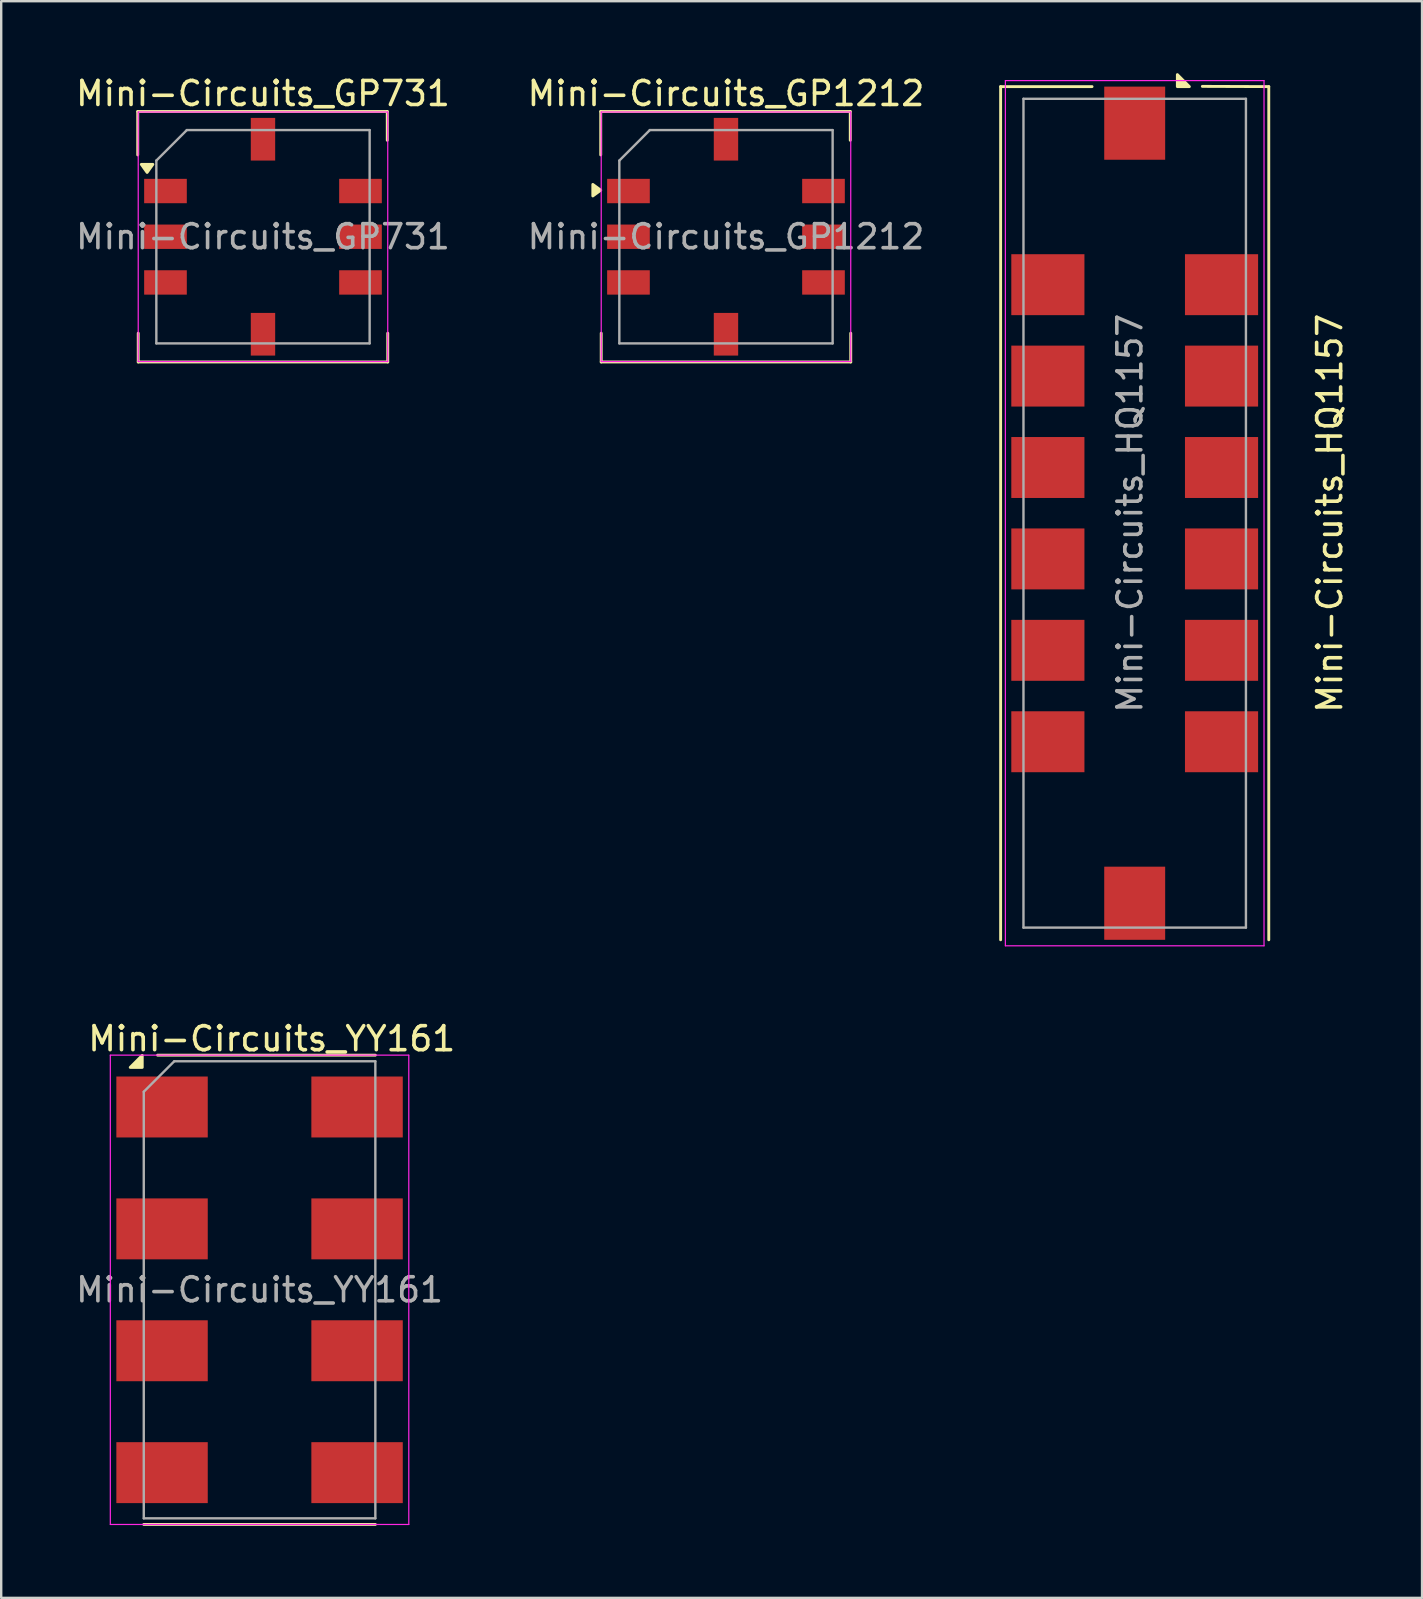
<source format=kicad_pcb>
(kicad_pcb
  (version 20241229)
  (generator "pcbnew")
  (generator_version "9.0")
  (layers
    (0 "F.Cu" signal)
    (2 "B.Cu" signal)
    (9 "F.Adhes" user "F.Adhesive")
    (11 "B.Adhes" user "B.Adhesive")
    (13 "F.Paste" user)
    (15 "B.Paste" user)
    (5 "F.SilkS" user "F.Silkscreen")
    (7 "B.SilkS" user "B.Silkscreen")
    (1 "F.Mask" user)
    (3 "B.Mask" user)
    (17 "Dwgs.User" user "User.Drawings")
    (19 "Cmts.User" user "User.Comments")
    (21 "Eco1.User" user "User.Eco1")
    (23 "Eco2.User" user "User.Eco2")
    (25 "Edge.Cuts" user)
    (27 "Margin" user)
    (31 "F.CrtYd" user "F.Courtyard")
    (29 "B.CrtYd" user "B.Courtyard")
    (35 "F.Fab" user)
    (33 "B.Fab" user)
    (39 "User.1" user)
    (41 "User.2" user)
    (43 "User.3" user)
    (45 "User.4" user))
  (footprint "Mini-Circuits_GP1212"
    (layer "F.Cu")
    (at 27.208 6.817)
    (property "Reference" "Mini-Circuits_GP1212" (at 0 -5.969 0) (layer "F.SilkS") (effects (font (size 1 1) (thickness 0.15))))
    (attr smd)
    (fp_line (start -5.22 -5.22) (end -5.22 -3.41) (stroke (width 0.12) (type solid)) (layer "F.SilkS"))
    (fp_line (start -5.22 -5.22) (end 5.18 -5.22) (stroke (width 0.12) (type solid)) (layer "F.SilkS"))
    (fp_line (start -5.2 4.02) (end -5.2 5.22) (stroke (width 0.12) (type solid)) (layer "F.SilkS"))
    (fp_line (start 5.18 -4.02) (end 5.18 -5.22) (stroke (width 0.12) (type solid)) (layer "F.SilkS"))
    (fp_line (start 5.2 5.22) (end -5.2 5.22) (stroke (width 0.12) (type solid)) (layer "F.SilkS"))
    (fp_line (start 5.2 5.22) (end 5.2 4.02) (stroke (width 0.12) (type solid)) (layer "F.SilkS"))
    (fp_poly (pts (xy -5.22 -1.94) (xy -5.55 -1.7) (xy -5.55 -2.18) (xy -5.22 -1.94)) (stroke (width 0.12) (type solid)) (fill yes) (layer "F.SilkS"))
    (fp_line (start -5.2 -5.2) (end -5.2 5.2) (stroke (width 0.05) (type solid)) (layer "F.CrtYd"))
    (fp_line (start -5.2 -5.2) (end 5.2 -5.2) (stroke (width 0.05) (type solid)) (layer "F.CrtYd"))
    (fp_line (start 5.2 5.2) (end -5.2 5.2) (stroke (width 0.05) (type solid)) (layer "F.CrtYd"))
    (fp_line (start 5.2 5.2) (end 5.2 -5.2) (stroke (width 0.05) (type solid)) (layer "F.CrtYd"))
    (fp_line (start -4.445 -3.175) (end -3.175 -4.445) (stroke (width 0.1) (type solid)) (layer "F.Fab"))
    (fp_line (start -4.445 4.445) (end -4.445 -3.175) (stroke (width 0.1) (type solid)) (layer "F.Fab"))
    (fp_line (start -3.175 -4.445) (end 4.445 -4.445) (stroke (width 0.1) (type solid)) (layer "F.Fab"))
    (fp_line (start 4.445 -4.445) (end 4.445 4.445) (stroke (width 0.1) (type solid)) (layer "F.Fab"))
    (fp_line (start 4.445 4.445) (end -4.445 4.445) (stroke (width 0.1) (type solid)) (layer "F.Fab"))
    (fp_text user "${REFERENCE}" (at 0 0 0) (layer "F.Fab") (effects (font (size 1 1) (thickness 0.15))))
    (pad "1" smd rect (at -4.064 -1.905 180) (size 1.778 1.016) (layers "F.Cu" "F.Mask" "F.Paste"))
    (pad "2" smd rect (at -4.064 0 180) (size 1.778 1.016) (layers "F.Cu" "F.Mask" "F.Paste"))
    (pad "3" smd rect (at -4.064 1.905 180) (size 1.778 1.016) (layers "F.Cu" "F.Mask" "F.Paste"))
    (pad "4" smd rect (at 0 4.064 270) (size 1.778 1.016) (layers "F.Cu" "F.Mask" "F.Paste"))
    (pad "5" smd rect (at 4.064 1.905) (size 1.778 1.016) (layers "F.Cu" "F.Mask" "F.Paste"))
    (pad "6" smd rect (at 4.064 0) (size 1.778 1.016) (layers "F.Cu" "F.Mask" "F.Paste"))
    (pad "7" smd rect (at 4.064 -1.905) (size 1.778 1.016) (layers "F.Cu" "F.Mask" "F.Paste"))
    (pad "8" smd rect (at 0 -4.064 270) (size 1.778 1.016) (layers "F.Cu" "F.Mask" "F.Paste")))
  (footprint "Mini-Circuits_YY161"
    (layer "F.Cu")
    (at 7.768 50.708)
    (property "Reference" "Mini-Circuits_YY161" (at 0.508 -10.465 0) (layer "F.SilkS") (effects (font (size 1 1) (thickness 0.15))))
    (attr smd)
    (fp_line (start -4.826 9.779) (end 4.826 9.779) (stroke (width 0.12) (type solid)) (layer "F.SilkS"))
    (fp_line (start 4.826 -9.779) (end -4.25 -9.78) (stroke (width 0.12) (type solid)) (layer "F.SilkS"))
    (fp_poly (pts (xy -4.89 -9.27) (xy -5.39 -9.27) (xy -4.89 -9.77) (xy -4.89 -9.27)) (stroke (width 0.12) (type solid)) (fill yes) (layer "F.SilkS"))
    (fp_line (start -6.22 -9.78) (end -6.22 9.78) (stroke (width 0.05) (type solid)) (layer "F.CrtYd"))
    (fp_line (start -6.22 -9.78) (end 6.22 -9.78) (stroke (width 0.05) (type solid)) (layer "F.CrtYd"))
    (fp_line (start 6.22 9.78) (end -6.22 9.78) (stroke (width 0.05) (type solid)) (layer "F.CrtYd"))
    (fp_line (start 6.22 9.78) (end 6.22 -9.78) (stroke (width 0.05) (type solid)) (layer "F.CrtYd"))
    (fp_line (start -4.826 -8.255) (end -4.826 9.525) (stroke (width 0.1) (type solid)) (layer "F.Fab"))
    (fp_line (start -3.556 -9.525) (end -4.826 -8.255) (stroke (width 0.1) (type solid)) (layer "F.Fab"))
    (fp_line (start 4.826 -9.525) (end -3.556 -9.525) (stroke (width 0.1) (type solid)) (layer "F.Fab"))
    (fp_line (start 4.826 9.525) (end -4.826 9.525) (stroke (width 0.1) (type solid)) (layer "F.Fab"))
    (fp_line (start 4.826 9.525) (end 4.826 -9.525) (stroke (width 0.1) (type solid)) (layer "F.Fab"))
    (fp_text user "${REFERENCE}" (at 0 0 0) (layer "F.Fab") (effects (font (size 1 1) (thickness 0.15))))
    (pad "1" smd rect (at -4.064 -7.62 270) (size 2.54 3.81) (layers "F.Cu" "F.Mask" "F.Paste"))
    (pad "2" smd rect (at 4.064 -7.62 270) (size 2.54 3.81) (layers "F.Cu" "F.Mask" "F.Paste"))
    (pad "3" smd rect (at -4.064 -2.54 270) (size 2.54 3.81) (layers "F.Cu" "F.Mask" "F.Paste"))
    (pad "4" smd rect (at 4.064 -2.54 270) (size 2.54 3.81) (layers "F.Cu" "F.Mask" "F.Paste"))
    (pad "5" smd rect (at -4.064 2.54 270) (size 2.54 3.81) (layers "F.Cu" "F.Mask" "F.Paste"))
    (pad "6" smd rect (at 4.064 2.54 270) (size 2.54 3.81) (layers "F.Cu" "F.Mask" "F.Paste"))
    (pad "7" smd rect (at -4.064 7.62 270) (size 2.54 3.81) (layers "F.Cu" "F.Mask" "F.Paste"))
    (pad "8" smd rect (at 4.064 7.62 270) (size 2.54 3.81) (layers "F.Cu" "F.Mask" "F.Paste")))
  (footprint "Mini-Circuits_HQ1157"
    (layer "F.Cu")
    (at 44.243 18.34)
    (property "Reference" "Mini-Circuits_HQ1157" (at 8.128 0 270) (layer "F.SilkS") (effects (font (size 1 1) (thickness 0.15))))
    (attr smd)
    (fp_line (start -5.588 -17.78) (end -5.588 17.78) (stroke (width 0.12) (type solid)) (layer "F.SilkS"))
    (fp_line (start -5.588 -17.78) (end -1.778 -17.78) (stroke (width 0.12) (type solid)) (layer "F.SilkS"))
    (fp_line (start 2.82 -17.79) (end 5.588 -17.78) (stroke (width 0.12) (type solid)) (layer "F.SilkS"))
    (fp_line (start 5.588 -17.78) (end 5.588 17.78) (stroke (width 0.12) (type solid)) (layer "F.SilkS"))
    (fp_poly (pts (xy 1.778 -17.78) (xy 1.778 -18.28) (xy 2.278 -17.78) (xy 1.778 -17.78)) (stroke (width 0.12) (type solid)) (fill yes) (layer "F.SilkS"))
    (fp_line (start -5.39 18.03) (end -5.39 -18.03) (stroke (width 0.05) (type solid)) (layer "F.CrtYd"))
    (fp_line (start -5.39 18.03) (end 5.39 18.03) (stroke (width 0.05) (type solid)) (layer "F.CrtYd"))
    (fp_line (start 5.39 -18.03) (end -5.39 -18.03) (stroke (width 0.05) (type solid)) (layer "F.CrtYd"))
    (fp_line (start 5.39 -18.03) (end 5.39 18.03) (stroke (width 0.05) (type solid)) (layer "F.CrtYd"))
    (fp_line (start -4.636 -17.272) (end 4.636 -17.272) (stroke (width 0.1) (type solid)) (layer "F.Fab"))
    (fp_line (start -4.636 17.272) (end -4.636 -17.272) (stroke (width 0.1) (type solid)) (layer "F.Fab"))
    (fp_line (start 4.636 -17.272) (end 4.636 17.272) (stroke (width 0.1) (type solid)) (layer "F.Fab"))
    (fp_line (start 4.636 17.272) (end -4.636 17.272) (stroke (width 0.1) (type solid)) (layer "F.Fab"))
    (fp_text user "${REFERENCE}" (at -0.2 0 270) (layer "F.Fab") (effects (font (size 1 1) (thickness 0.15))))
    (pad "1" smd rect (at 0 -16.256 270) (size 3.048 2.54) (layers "F.Cu" "F.Mask" "F.Paste"))
    (pad "2" smd rect (at -3.619 -9.525 90) (size 2.54 3.048) (layers "F.Cu" "F.Mask" "F.Paste"))
    (pad "3" smd rect (at -3.619 -5.715 90) (size 2.54 3.048) (layers "F.Cu" "F.Mask" "F.Paste"))
    (pad "4" smd rect (at -3.619 -1.905 90) (size 2.54 3.048) (layers "F.Cu" "F.Mask" "F.Paste"))
    (pad "5" smd rect (at -3.619 1.905 90) (size 2.54 3.048) (layers "F.Cu" "F.Mask" "F.Paste"))
    (pad "6" smd rect (at -3.619 5.715 90) (size 2.54 3.048) (layers "F.Cu" "F.Mask" "F.Paste"))
    (pad "7" smd rect (at -3.619 9.525 90) (size 2.54 3.048) (layers "F.Cu" "F.Mask" "F.Paste"))
    (pad "8" smd rect (at 0 16.256 270) (size 3.048 2.54) (layers "F.Cu" "F.Mask" "F.Paste"))
    (pad "9" smd rect (at 3.619 9.525 270) (size 2.54 3.048) (layers "F.Cu" "F.Mask" "F.Paste"))
    (pad "10" smd rect (at 3.619 5.715 270) (size 2.54 3.048) (layers "F.Cu" "F.Mask" "F.Paste"))
    (pad "11" smd rect (at 3.619 1.905 270) (size 2.54 3.048) (layers "F.Cu" "F.Mask" "F.Paste"))
    (pad "12" smd rect (at 3.619 -1.905 270) (size 2.54 3.048) (layers "F.Cu" "F.Mask" "F.Paste"))
    (pad "13" smd rect (at 3.619 -5.715 270) (size 2.54 3.048) (layers "F.Cu" "F.Mask" "F.Paste"))
    (pad "14" smd rect (at 3.619 -9.525 270) (size 2.54 3.048) (layers "F.Cu" "F.Mask" "F.Paste")))
  (footprint "Mini-Circuits_GP731"
    (layer "F.Cu")
    (at 7.911 6.817)
    (property "Reference" "Mini-Circuits_GP731" (at 0 -5.969 0) (layer "F.SilkS") (effects (font (size 1 1) (thickness 0.15))))
    (attr smd)
    (fp_line (start -5.22 -5.22) (end -5.22 -3.41) (stroke (width 0.12) (type solid)) (layer "F.SilkS"))
    (fp_line (start -5.22 -5.22) (end 5.18 -5.22) (stroke (width 0.12) (type solid)) (layer "F.SilkS"))
    (fp_line (start -5.2 4.02) (end -5.2 5.22) (stroke (width 0.12) (type solid)) (layer "F.SilkS"))
    (fp_line (start 5.18 -4.02) (end 5.18 -5.22) (stroke (width 0.12) (type solid)) (layer "F.SilkS"))
    (fp_line (start 5.2 5.22) (end -5.2 5.22) (stroke (width 0.12) (type solid)) (layer "F.SilkS"))
    (fp_line (start 5.2 5.22) (end 5.2 4.02) (stroke (width 0.12) (type solid)) (layer "F.SilkS"))
    (fp_poly (pts (xy -4.83 -2.68) (xy -5.07 -3.016) (xy -4.59 -3.016) (xy -4.83 -2.68)) (stroke (width 0.12) (type solid)) (fill yes) (layer "F.SilkS"))
    (fp_line (start -5.2 -5.2) (end -5.2 5.2) (stroke (width 0.05) (type solid)) (layer "F.CrtYd"))
    (fp_line (start -5.2 -5.2) (end 5.2 -5.2) (stroke (width 0.05) (type solid)) (layer "F.CrtYd"))
    (fp_line (start 5.2 5.2) (end -5.2 5.2) (stroke (width 0.05) (type solid)) (layer "F.CrtYd"))
    (fp_line (start 5.2 5.2) (end 5.2 -5.2) (stroke (width 0.05) (type solid)) (layer "F.CrtYd"))
    (fp_line (start -4.445 -3.175) (end -3.175 -4.445) (stroke (width 0.1) (type solid)) (layer "F.Fab"))
    (fp_line (start -4.445 4.445) (end -4.445 -3.175) (stroke (width 0.1) (type solid)) (layer "F.Fab"))
    (fp_line (start -3.175 -4.445) (end 4.445 -4.445) (stroke (width 0.1) (type solid)) (layer "F.Fab"))
    (fp_line (start 4.445 -4.445) (end 4.445 4.445) (stroke (width 0.1) (type solid)) (layer "F.Fab"))
    (fp_line (start 4.445 4.445) (end -4.445 4.445) (stroke (width 0.1) (type solid)) (layer "F.Fab"))
    (fp_text user "${REFERENCE}" (at 0 0 0) (layer "F.Fab") (effects (font (size 1 1) (thickness 0.15))))
    (pad "1" smd rect (at -4.064 -1.905 180) (size 1.778 1.016) (layers "F.Cu" "F.Mask" "F.Paste"))
    (pad "2" smd rect (at -4.064 0 180) (size 1.778 1.016) (layers "F.Cu" "F.Mask" "F.Paste"))
    (pad "3" smd rect (at -4.064 1.905 180) (size 1.778 1.016) (layers "F.Cu" "F.Mask" "F.Paste"))
    (pad "4" smd rect (at 0 4.064 270) (size 1.778 1.016) (layers "F.Cu" "F.Mask" "F.Paste"))
    (pad "5" smd rect (at 4.064 1.905) (size 1.778 1.016) (layers "F.Cu" "F.Mask" "F.Paste"))
    (pad "6" smd rect (at 4.064 0) (size 1.778 1.016) (layers "F.Cu" "F.Mask" "F.Paste"))
    (pad "7" smd rect (at 4.064 -1.905) (size 1.778 1.016) (layers "F.Cu" "F.Mask" "F.Paste"))
    (pad "8" smd rect (at 0 -4.064 270) (size 1.778 1.016) (layers "F.Cu" "F.Mask" "F.Paste")))
  (gr_rect
    (start -3 -3)
    (end 56.219 63.547)
    (stroke (width 0.1) (type default))
    (fill no)
    (layer "Edge.Cuts")))
</source>
